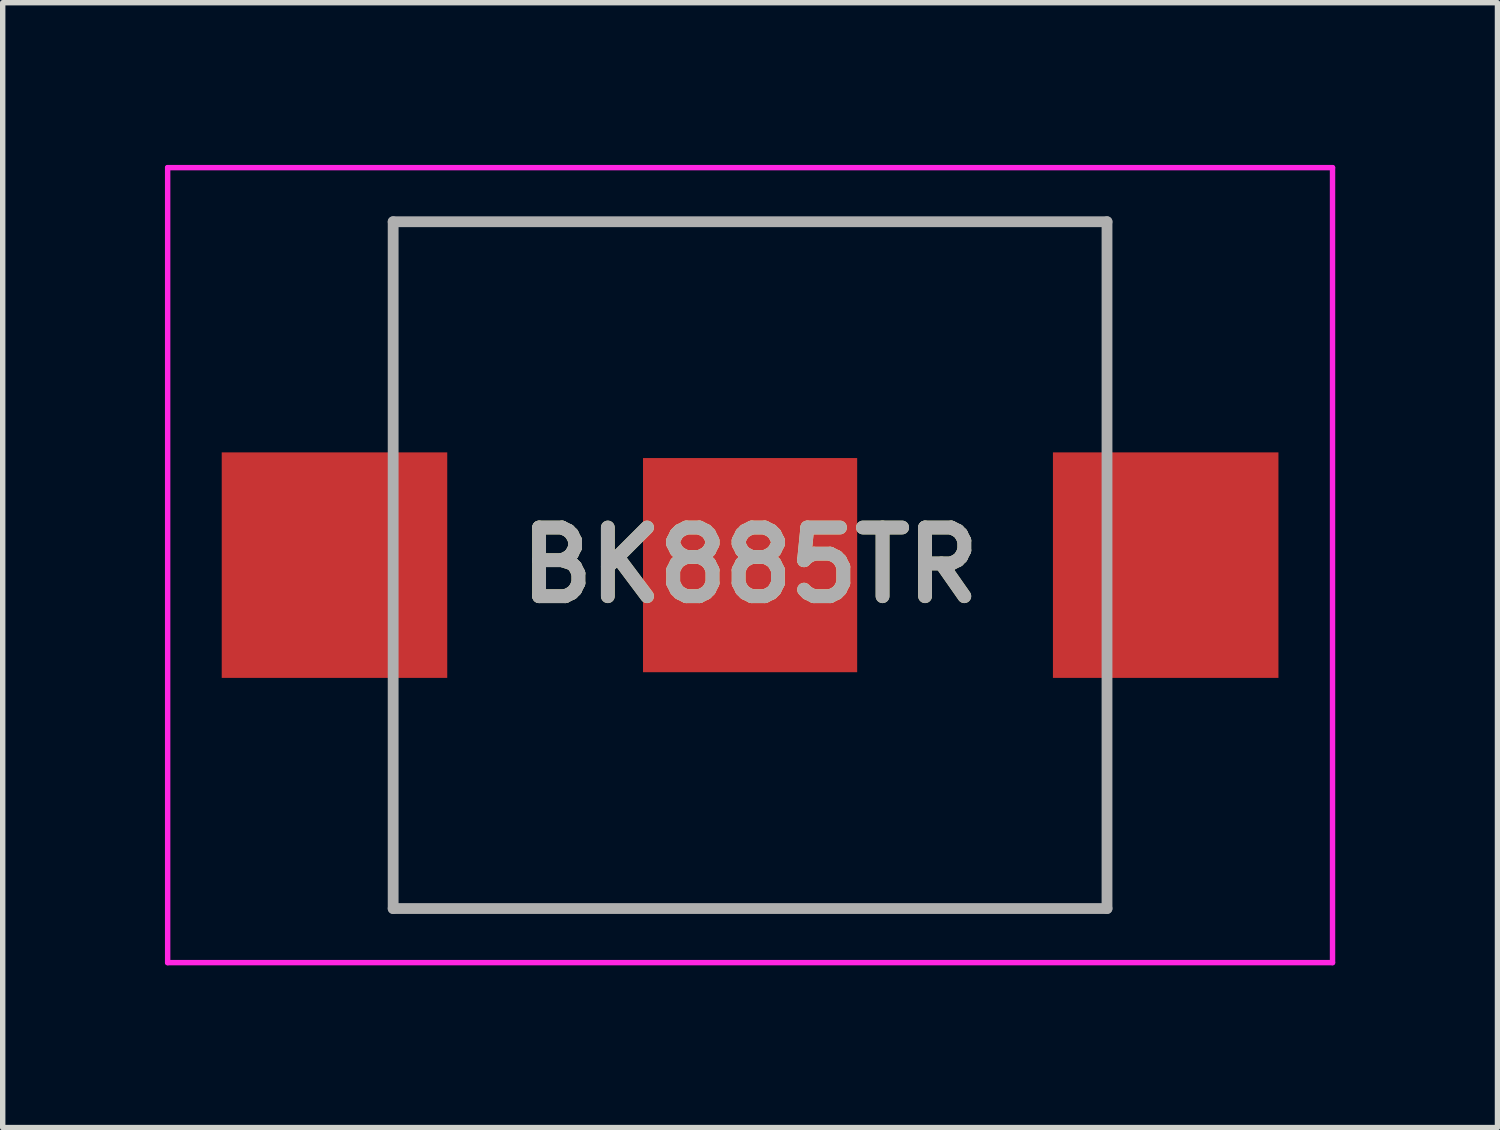
<source format=kicad_pcb>
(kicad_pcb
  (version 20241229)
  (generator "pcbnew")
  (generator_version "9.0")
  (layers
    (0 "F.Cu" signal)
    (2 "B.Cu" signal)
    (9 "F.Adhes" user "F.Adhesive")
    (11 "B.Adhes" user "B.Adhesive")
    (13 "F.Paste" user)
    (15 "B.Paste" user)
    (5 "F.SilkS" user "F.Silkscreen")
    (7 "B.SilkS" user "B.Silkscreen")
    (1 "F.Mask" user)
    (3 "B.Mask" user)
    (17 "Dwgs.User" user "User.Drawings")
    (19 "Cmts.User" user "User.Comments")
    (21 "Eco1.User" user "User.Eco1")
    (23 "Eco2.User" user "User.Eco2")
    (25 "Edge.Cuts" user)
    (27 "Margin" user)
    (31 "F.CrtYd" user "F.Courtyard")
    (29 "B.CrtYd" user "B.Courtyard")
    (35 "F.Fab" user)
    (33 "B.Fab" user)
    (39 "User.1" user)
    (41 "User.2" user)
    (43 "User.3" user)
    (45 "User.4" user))
  (footprint "BK885TR"
    (layer "F.Cu")
    (at 10.82 7.4)
    (property "Reference" "BK885TR" (at 0 0 0) (layer "F.SilkS") (effects (font (size 1.27 1.27) (thickness 0.254))))
    (attr smd)
    (fp_line (start -6.6 -6.35) (end 6.6 -6.35) (stroke (width 0.1) (type solid)) (layer "F.SilkS"))
    (fp_line (start -6.6 -2.5) (end -6.6 -6.35) (stroke (width 0.1) (type solid)) (layer "F.SilkS"))
    (fp_line (start -6.6 2.5) (end -6.6 6.35) (stroke (width 0.1) (type solid)) (layer "F.SilkS"))
    (fp_line (start -6.6 6.35) (end 6.6 6.35) (stroke (width 0.1) (type solid)) (layer "F.SilkS"))
    (fp_line (start 6.6 -6.35) (end 6.6 -2.5) (stroke (width 0.1) (type solid)) (layer "F.SilkS"))
    (fp_line (start 6.6 6.35) (end 6.6 2.5) (stroke (width 0.1) (type solid)) (layer "F.SilkS"))
    (fp_line (start -10.77 -7.35) (end 10.77 -7.35) (stroke (width 0.1) (type solid)) (layer "F.CrtYd"))
    (fp_line (start -10.77 7.35) (end -10.77 -7.35) (stroke (width 0.1) (type solid)) (layer "F.CrtYd"))
    (fp_line (start 10.77 -7.35) (end 10.77 7.35) (stroke (width 0.1) (type solid)) (layer "F.CrtYd"))
    (fp_line (start 10.77 7.35) (end -10.77 7.35) (stroke (width 0.1) (type solid)) (layer "F.CrtYd"))
    (fp_line (start -6.6 -6.35) (end 6.6 -6.35) (stroke (width 0.2) (type solid)) (layer "F.Fab"))
    (fp_line (start -6.6 6.35) (end -6.6 -6.35) (stroke (width 0.2) (type solid)) (layer "F.Fab"))
    (fp_line (start 6.6 -6.35) (end 6.6 6.35) (stroke (width 0.2) (type solid)) (layer "F.Fab"))
    (fp_line (start 6.6 6.35) (end -6.6 6.35) (stroke (width 0.2) (type solid)) (layer "F.Fab"))
    (fp_text user "${REFERENCE}" (at 0 0 0) (layer "F.Fab") (effects (font (size 1.27 1.27) (thickness 0.254))))
    (pad "1" smd rect (at -7.685 0 90) (size 4.17 4.17) (layers "F.Cu" "F.Mask" "F.Paste"))
    (pad "2" smd rect (at 7.685 0 90) (size 4.17 4.17) (layers "F.Cu" "F.Mask" "F.Paste"))
    (pad "MP1" smd rect (at 0 0 90) (size 3.96 3.96) (layers "F.Cu" "F.Mask" "F.Paste")))
  (gr_rect
    (start -3 -3)
    (end 24.64 17.8)
    (stroke (width 0.1) (type default))
    (fill no)
    (layer "Edge.Cuts")))
</source>
